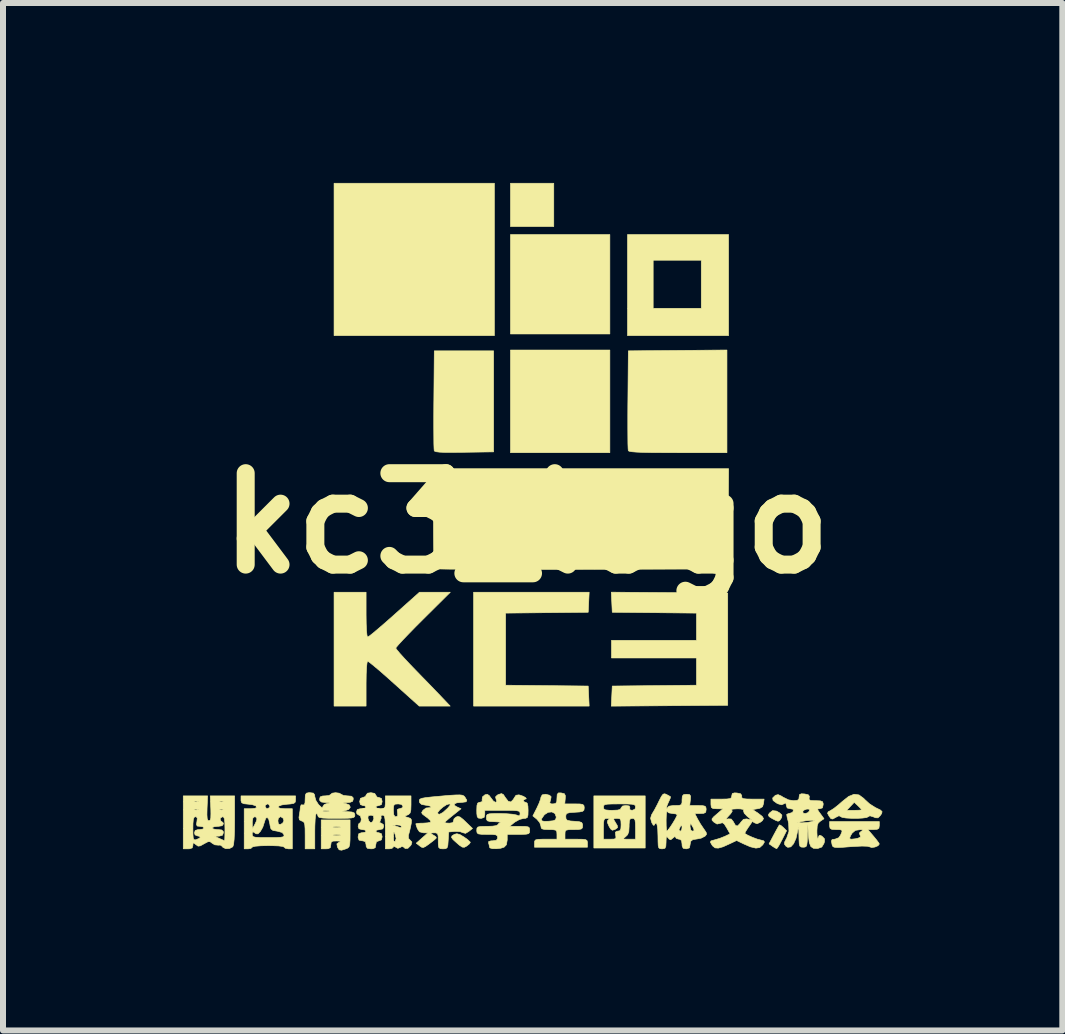
<source format=kicad_pcb>
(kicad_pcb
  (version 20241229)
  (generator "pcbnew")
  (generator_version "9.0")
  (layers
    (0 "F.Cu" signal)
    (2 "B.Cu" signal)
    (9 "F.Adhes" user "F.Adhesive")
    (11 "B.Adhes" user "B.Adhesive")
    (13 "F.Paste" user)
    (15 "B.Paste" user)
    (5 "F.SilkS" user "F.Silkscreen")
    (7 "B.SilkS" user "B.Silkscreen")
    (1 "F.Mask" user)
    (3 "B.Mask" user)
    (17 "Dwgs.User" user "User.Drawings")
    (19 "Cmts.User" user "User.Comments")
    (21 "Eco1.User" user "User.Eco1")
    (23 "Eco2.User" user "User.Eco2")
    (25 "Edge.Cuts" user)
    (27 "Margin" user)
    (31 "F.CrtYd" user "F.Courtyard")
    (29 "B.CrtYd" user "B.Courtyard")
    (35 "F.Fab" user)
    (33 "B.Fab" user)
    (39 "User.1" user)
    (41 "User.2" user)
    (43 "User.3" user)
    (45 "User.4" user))
  (footprint "kc3_logo"
    (layer "F.Cu")
    (at 5.727 5.673)
    (property "Reference" "kc3_logo" (at 0 0 0) (layer "F.SilkS") (effects (font (size 1.524 1.524) (thickness 0.3))))
    (attr through_hole)
    (fp_poly (pts (xy -0.535 -3.128) (xy -3.208 -3.128) (xy -3.208 -5.668) (xy -0.535 -5.668) (xy -0.535 -3.128)) (stroke (width 0.01) (type solid)) (fill yes) (layer "F.SilkS"))
    (fp_poly (pts (xy 0.455 -4.946) (xy -0.267 -4.946) (xy -0.267 -5.668) (xy 0.455 -5.668) (xy 0.455 -4.946)) (stroke (width 0.01) (type solid)) (fill yes) (layer "F.SilkS"))
    (fp_poly (pts (xy 1.39 -3.155) (xy -0.267 -3.155) (xy -0.267 -4.813) (xy 1.39 -4.813) (xy 1.39 -3.155)) (stroke (width 0.01) (type solid)) (fill yes) (layer "F.SilkS"))
    (fp_poly (pts (xy 1.39 -1.176) (xy -0.267 -1.176) (xy -0.267 -2.888) (xy 1.39 -2.888) (xy 1.39 -1.176)) (stroke (width 0.01) (type solid)) (fill yes) (layer "F.SilkS"))
    (fp_poly (pts (xy 1.029 1.484) (xy -0.348 1.498) (xy -0.348 2.7) (xy 0.341 2.707) (xy 1.029 2.714) (xy 1.037 2.881) (xy 1.045 3.048) (xy -0.882 3.048) (xy -0.882 1.15) (xy 1.045 1.15) (xy 1.029 1.484)) (stroke (width 0.01) (type solid)) (fill yes) (layer "F.SilkS"))
    (fp_poly (pts (xy 3.369 -3.128) (xy 1.684 -3.128) (xy 1.684 -4.385) (xy 2.112 -4.385) (xy 2.112 -3.583) (xy 2.914 -3.583) (xy 2.914 -4.385) (xy 2.112 -4.385) (xy 1.684 -4.385) (xy 1.684 -4.813) (xy 3.369 -4.813) (xy 3.369 -3.128)) (stroke (width 0.01) (type solid)) (fill yes) (layer "F.SilkS"))
    (fp_poly (pts (xy 4.167 4.798) (xy 4.218 4.827) (xy 4.258 4.864) (xy 4.255 4.901) (xy 4.244 4.921) (xy 4.219 4.958) (xy 4.193 4.968) (xy 4.151 4.952) (xy 4.099 4.925) (xy 4.045 4.891) (xy 4.032 4.863) (xy 4.049 4.833) (xy 4.102 4.791) (xy 4.167 4.798)) (stroke (width 0.01) (type solid)) (fill yes) (layer "F.SilkS"))
    (fp_poly (pts (xy 4.239 5.036) (xy 4.281 5.071) (xy 4.336 5.126) (xy 4.26 5.276) (xy 4.219 5.354) (xy 4.186 5.408) (xy 4.171 5.425) (xy 4.141 5.411) (xy 4.101 5.385) (xy 4.044 5.345) (xy 4.125 5.192) (xy 4.168 5.112) (xy 4.201 5.053) (xy 4.216 5.028) (xy 4.239 5.036)) (stroke (width 0.01) (type solid)) (fill yes) (layer "F.SilkS"))
    (fp_poly (pts (xy 3.355 1.163) (xy 3.355 3.035) (xy 1.414 3.049) (xy 1.422 2.881) (xy 1.43 2.714) (xy 2.132 2.707) (xy 2.834 2.7) (xy 2.834 2.246) (xy 1.417 2.246) (xy 1.417 1.952) (xy 2.834 1.952) (xy 2.834 1.498) (xy 2.132 1.491) (xy 1.43 1.484) (xy 1.422 1.316) (xy 1.414 1.149) (xy 3.355 1.163)) (stroke (width 0.01) (type solid)) (fill yes) (layer "F.SilkS"))
    (fp_poly (pts (xy -1.108 5.191) (xy -1.043 5.23) (xy -0.98 5.275) (xy -0.942 5.311) (xy -0.936 5.321) (xy -0.956 5.349) (xy -0.996 5.381) (xy -1.036 5.402) (xy -1.071 5.399) (xy -1.119 5.367) (xy -1.157 5.334) (xy -1.223 5.275) (xy -1.25 5.238) (xy -1.243 5.213) (xy -1.205 5.188) (xy -1.204 5.187) (xy -1.16 5.176) (xy -1.108 5.191)) (stroke (width 0.01) (type solid)) (fill yes) (layer "F.SilkS"))
    (fp_poly (pts (xy -0.548 -1.19) (xy -1.037 -1.183) (xy -1.219 -1.181) (xy -1.354 -1.181) (xy -1.447 -1.185) (xy -1.505 -1.192) (xy -1.534 -1.203) (xy -1.538 -1.21) (xy -1.541 -1.244) (xy -1.544 -1.325) (xy -1.545 -1.446) (xy -1.546 -1.6) (xy -1.546 -1.779) (xy -1.545 -1.979) (xy -1.544 -2.059) (xy -1.537 -2.874) (xy -0.548 -2.874) (xy -0.548 -1.19)) (stroke (width 0.01) (type solid)) (fill yes) (layer "F.SilkS"))
    (fp_poly (pts (xy 3.342 -1.176) (xy 2.526 -1.176) (xy 2.283 -1.177) (xy 2.09 -1.178) (xy 1.941 -1.181) (xy 1.831 -1.186) (xy 1.757 -1.192) (xy 1.714 -1.2) (xy 1.697 -1.209) (xy 1.697 -1.21) (xy 1.694 -1.244) (xy 1.691 -1.325) (xy 1.69 -1.446) (xy 1.689 -1.6) (xy 1.689 -1.779) (xy 1.69 -1.978) (xy 1.691 -2.059) (xy 1.698 -2.874) (xy 2.52 -2.881) (xy 3.342 -2.888) (xy 3.342 -1.176)) (stroke (width 0.01) (type solid)) (fill yes) (layer "F.SilkS"))
    (fp_poly (pts (xy 3.363 -0.074) (xy 3.355 0.762) (xy 0.92 0.769) (xy 0.564 0.77) (xy 0.223 0.77) (xy -0.099 0.77) (xy -0.398 0.77) (xy -0.67 0.769) (xy -0.912 0.768) (xy -1.12 0.766) (xy -1.289 0.765) (xy -1.417 0.763) (xy -1.5 0.76) (xy -1.532 0.758) (xy -1.533 0.758) (xy -1.537 0.727) (xy -1.541 0.65) (xy -1.545 0.533) (xy -1.548 0.382) (xy -1.55 0.204) (xy -1.551 0.006) (xy -1.551 -0.085) (xy -1.551 -0.909) (xy 3.37 -0.909) (xy 3.363 -0.074)) (stroke (width 0.01) (type solid)) (fill yes) (layer "F.SilkS"))
    (fp_poly (pts (xy -2.941 5.174) (xy -2.942 5.285) (xy -2.947 5.354) (xy -2.958 5.394) (xy -2.98 5.415) (xy -3.01 5.428) (xy -3.082 5.451) (xy -3.123 5.444) (xy -3.148 5.405) (xy -3.152 5.394) (xy -3.161 5.345) (xy -3.128 5.32) (xy -3.118 5.317) (xy -3.094 5.305) (xy -3.119 5.299) (xy -3.162 5.297) (xy -3.228 5.299) (xy -3.256 5.317) (xy -3.262 5.361) (xy -3.271 5.409) (xy -3.307 5.426) (xy -3.342 5.428) (xy -3.422 5.428) (xy -3.422 5.202) (xy -3.23 5.202) (xy -3.197 5.206) (xy -3.168 5.207) (xy -3.113 5.205) (xy -3.099 5.199) (xy -3.108 5.195) (xy -3.172 5.19) (xy -3.215 5.195) (xy -3.23 5.202) (xy -3.422 5.202) (xy -3.422 5.068) (xy -3.23 5.068) (xy -3.197 5.073) (xy -3.168 5.073) (xy -3.113 5.071) (xy -3.099 5.065) (xy -3.108 5.062) (xy -3.172 5.057) (xy -3.215 5.061) (xy -3.23 5.068) (xy -3.422 5.068) (xy -3.422 4.946) (xy -2.941 4.946) (xy -2.941 5.174)) (stroke (width 0.01) (type solid)) (fill yes) (layer "F.SilkS"))
    (fp_poly (pts (xy 5.543 4.529) (xy 5.622 4.587) (xy 5.641 4.607) (xy 5.719 4.678) (xy 5.811 4.737) (xy 5.827 4.745) (xy 5.899 4.78) (xy 5.928 4.807) (xy 5.921 4.84) (xy 5.895 4.877) (xy 5.86 4.911) (xy 5.819 4.91) (xy 5.783 4.895) (xy 5.724 4.877) (xy 5.7 4.891) (xy 5.67 4.906) (xy 5.602 4.915) (xy 5.512 4.92) (xy 5.415 4.919) (xy 5.326 4.914) (xy 5.261 4.903) (xy 5.235 4.889) (xy 5.21 4.876) (xy 5.156 4.903) (xy 5.106 4.931) (xy 5.076 4.925) (xy 5.045 4.884) (xy 5.019 4.836) (xy 5.03 4.81) (xy 5.069 4.79) (xy 5.075 4.786) (xy 5.338 4.786) (xy 5.463 4.786) (xy 5.536 4.784) (xy 5.581 4.78) (xy 5.588 4.777) (xy 5.571 4.755) (xy 5.529 4.713) (xy 5.526 4.71) (xy 5.464 4.652) (xy 5.338 4.786) (xy 5.075 4.786) (xy 5.124 4.755) (xy 5.198 4.697) (xy 5.264 4.639) (xy 5.371 4.554) (xy 5.461 4.518) (xy 5.543 4.529)) (stroke (width 0.01) (type solid)) (fill yes) (layer "F.SilkS"))
    (fp_poly (pts (xy -2.674 1.524) (xy -2.672 1.674) (xy -2.667 1.791) (xy -2.659 1.868) (xy -2.649 1.898) (xy -2.648 1.898) (xy -2.621 1.881) (xy -2.561 1.834) (xy -2.473 1.76) (xy -2.365 1.667) (xy -2.242 1.559) (xy -2.203 1.524) (xy -1.784 1.15) (xy -1.527 1.15) (xy -1.27 1.15) (xy -1.725 1.602) (xy -1.852 1.729) (xy -1.965 1.845) (xy -2.06 1.944) (xy -2.13 2.02) (xy -2.171 2.068) (xy -2.179 2.082) (xy -2.161 2.109) (xy -2.112 2.168) (xy -2.037 2.251) (xy -1.943 2.351) (xy -1.858 2.439) (xy -1.741 2.56) (xy -1.625 2.679) (xy -1.521 2.787) (xy -1.439 2.872) (xy -1.405 2.908) (xy -1.272 3.048) (xy -1.789 3.048) (xy -2.205 2.674) (xy -2.33 2.562) (xy -2.443 2.463) (xy -2.537 2.384) (xy -2.606 2.328) (xy -2.643 2.301) (xy -2.647 2.299) (xy -2.658 2.325) (xy -2.666 2.399) (xy -2.672 2.516) (xy -2.674 2.671) (xy -2.674 3.048) (xy -3.208 3.048) (xy -3.208 1.15) (xy -2.674 1.15) (xy -2.674 1.524)) (stroke (width 0.01) (type solid)) (fill yes) (layer "F.SilkS"))
    (fp_poly (pts (xy 5.882 5.04) (xy 5.875 5.085) (xy 5.845 5.103) (xy 5.786 5.107) (xy 5.691 5.107) (xy 5.786 5.218) (xy 5.839 5.283) (xy 5.874 5.331) (xy 5.882 5.348) (xy 5.86 5.376) (xy 5.809 5.398) (xy 5.755 5.406) (xy 5.728 5.397) (xy 5.686 5.385) (xy 5.593 5.382) (xy 5.453 5.389) (xy 5.405 5.392) (xy 5.276 5.402) (xy 5.191 5.406) (xy 5.14 5.403) (xy 5.112 5.393) (xy 5.099 5.375) (xy 5.095 5.361) (xy 5.083 5.299) (xy 5.095 5.273) (xy 5.14 5.267) (xy 5.143 5.267) (xy 5.184 5.251) (xy 5.386 5.251) (xy 5.402 5.266) (xy 5.42 5.267) (xy 5.485 5.26) (xy 5.528 5.25) (xy 5.569 5.231) (xy 5.563 5.202) (xy 5.56 5.199) (xy 5.549 5.164) (xy 5.58 5.136) (xy 5.609 5.116) (xy 5.592 5.109) (xy 5.561 5.108) (xy 5.483 5.12) (xy 5.429 5.166) (xy 5.404 5.207) (xy 5.386 5.251) (xy 5.184 5.251) (xy 5.206 5.243) (xy 5.236 5.199) (xy 5.26 5.142) (xy 5.256 5.115) (xy 5.215 5.107) (xy 5.16 5.107) (xy 5.091 5.103) (xy 5.061 5.086) (xy 5.053 5.046) (xy 5.053 5.04) (xy 5.053 4.973) (xy 5.882 4.973) (xy 5.882 5.04)) (stroke (width 0.01) (type solid)) (fill yes) (layer "F.SilkS"))
    (fp_poly (pts (xy 1.979 5.414) (xy 1.123 5.414) (xy 1.123 5.093) (xy 1.283 5.093) (xy 1.283 5.267) (xy 1.393 5.267) (xy 1.462 5.265) (xy 1.489 5.252) (xy 1.618 5.252) (xy 1.62 5.264) (xy 1.665 5.267) (xy 1.705 5.267) (xy 1.818 5.267) (xy 1.818 5.093) (xy 1.816 4.999) (xy 1.809 4.947) (xy 1.792 4.924) (xy 1.765 4.92) (xy 1.732 4.927) (xy 1.716 4.957) (xy 1.711 5.023) (xy 1.711 5.052) (xy 1.706 5.14) (xy 1.686 5.193) (xy 1.652 5.226) (xy 1.618 5.252) (xy 1.489 5.252) (xy 1.49 5.251) (xy 1.49 5.217) (xy 1.486 5.2) (xy 1.481 5.151) (xy 1.508 5.134) (xy 1.523 5.133) (xy 1.559 5.125) (xy 1.574 5.089) (xy 1.577 5.027) (xy 1.574 4.958) (xy 1.557 4.927) (xy 1.516 4.92) (xy 1.508 4.92) (xy 1.46 4.923) (xy 1.455 4.942) (xy 1.481 4.985) (xy 1.515 5.042) (xy 1.518 5.074) (xy 1.487 5.098) (xy 1.471 5.106) (xy 1.432 5.118) (xy 1.402 5.096) (xy 1.375 5.05) (xy 1.349 4.99) (xy 1.352 4.957) (xy 1.368 4.943) (xy 1.382 4.926) (xy 1.346 4.92) (xy 1.344 4.92) (xy 1.311 4.924) (xy 1.293 4.944) (xy 1.285 4.992) (xy 1.283 5.079) (xy 1.283 5.093) (xy 1.123 5.093) (xy 1.123 4.732) (xy 1.283 4.732) (xy 1.29 4.763) (xy 1.317 4.779) (xy 1.379 4.785) (xy 1.43 4.786) (xy 1.519 4.782) (xy 1.565 4.77) (xy 1.577 4.746) (xy 1.601 4.714) (xy 1.657 4.706) (xy 1.712 4.713) (xy 1.724 4.737) (xy 1.721 4.746) (xy 1.725 4.778) (xy 1.762 4.786) (xy 1.808 4.768) (xy 1.818 4.732) (xy 1.814 4.708) (xy 1.797 4.693) (xy 1.756 4.684) (xy 1.682 4.68) (xy 1.565 4.679) (xy 1.551 4.679) (xy 1.429 4.68) (xy 1.351 4.683) (xy 1.307 4.691) (xy 1.288 4.706) (xy 1.283 4.73) (xy 1.283 4.732) (xy 1.123 4.732) (xy 1.123 4.545) (xy 1.979 4.545) (xy 1.979 5.414)) (stroke (width 0.01) (type solid)) (fill yes) (layer "F.SilkS"))
    (fp_poly (pts (xy 0.579 4.496) (xy 0.582 4.497) (xy 0.632 4.509) (xy 0.648 4.541) (xy 0.646 4.592) (xy 0.638 4.679) (xy 0.8 4.679) (xy 0.89 4.68) (xy 0.938 4.688) (xy 0.958 4.707) (xy 0.963 4.742) (xy 0.963 4.744) (xy 0.958 4.782) (xy 0.937 4.802) (xy 0.886 4.813) (xy 0.809 4.818) (xy 0.722 4.824) (xy 0.676 4.836) (xy 0.658 4.858) (xy 0.655 4.893) (xy 0.66 4.932) (xy 0.682 4.953) (xy 0.736 4.964) (xy 0.795 4.968) (xy 0.877 4.975) (xy 0.919 4.988) (xy 0.934 5.015) (xy 0.936 5.041) (xy 0.932 5.079) (xy 0.911 5.098) (xy 0.861 5.106) (xy 0.789 5.107) (xy 0.705 5.108) (xy 0.661 5.117) (xy 0.644 5.14) (xy 0.642 5.186) (xy 0.642 5.187) (xy 0.642 5.267) (xy 0.829 5.267) (xy 0.927 5.268) (xy 0.983 5.274) (xy 1.008 5.288) (xy 1.016 5.316) (xy 1.016 5.334) (xy 1.016 5.401) (xy 0.134 5.401) (xy 0.134 5.334) (xy 0.136 5.299) (xy 0.152 5.279) (xy 0.193 5.27) (xy 0.271 5.267) (xy 0.321 5.267) (xy 0.508 5.267) (xy 0.508 5.187) (xy 0.505 5.139) (xy 0.487 5.116) (xy 0.44 5.108) (xy 0.374 5.107) (xy 0.295 5.104) (xy 0.255 5.093) (xy 0.242 5.066) (xy 0.241 5.048) (xy 0.221 4.99) (xy 0.173 4.934) (xy 0.166 4.928) (xy 0.251 4.928) (xy 0.251 4.959) (xy 0.295 4.97) (xy 0.368 4.968) (xy 0.445 4.96) (xy 0.482 4.944) (xy 0.494 4.913) (xy 0.495 4.893) (xy 0.474 4.839) (xy 0.424 4.813) (xy 0.361 4.819) (xy 0.301 4.857) (xy 0.29 4.871) (xy 0.251 4.928) (xy 0.166 4.928) (xy 0.106 4.879) (xy 0.173 4.748) (xy 0.211 4.665) (xy 0.236 4.596) (xy 0.241 4.567) (xy 0.262 4.528) (xy 0.318 4.518) (xy 0.384 4.534) (xy 0.411 4.559) (xy 0.402 4.61) (xy 0.4 4.614) (xy 0.388 4.662) (xy 0.412 4.678) (xy 0.442 4.679) (xy 0.486 4.672) (xy 0.505 4.641) (xy 0.508 4.584) (xy 0.512 4.521) (xy 0.532 4.496) (xy 0.579 4.496)) (stroke (width 0.01) (type solid)) (fill yes) (layer "F.SilkS"))
    (fp_poly (pts (xy -3.122 4.5) (xy -3.088 4.519) (xy -3.053 4.537) (xy -2.988 4.545) (xy -2.98 4.545) (xy -2.916 4.551) (xy -2.89 4.576) (xy -2.888 4.599) (xy -2.898 4.635) (xy -2.939 4.652) (xy -2.988 4.656) (xy -3.045 4.66) (xy -3.051 4.665) (xy -3.015 4.671) (xy -2.954 4.696) (xy -2.937 4.734) (xy -2.963 4.771) (xy -3.028 4.793) (xy -3.068 4.8) (xy -3.06 4.804) (xy -3.001 4.808) (xy -2.988 4.808) (xy -2.91 4.814) (xy -2.872 4.829) (xy -2.861 4.86) (xy -2.861 4.866) (xy -2.864 4.889) (xy -2.88 4.904) (xy -2.917 4.913) (xy -2.985 4.918) (xy -3.093 4.919) (xy -3.168 4.92) (xy -3.303 4.919) (xy -3.393 4.915) (xy -3.446 4.907) (xy -3.471 4.894) (xy -3.476 4.879) (xy -3.49 4.844) (xy -3.503 4.839) (xy -3.515 4.865) (xy -3.523 4.937) (xy -3.528 5.049) (xy -3.529 5.133) (xy -3.529 5.428) (xy -3.69 5.428) (xy -3.69 5.203) (xy -3.691 5.093) (xy -3.696 5.025) (xy -3.708 4.988) (xy -3.729 4.97) (xy -3.747 4.964) (xy -3.785 4.945) (xy -3.793 4.906) (xy -3.787 4.864) (xy -3.777 4.802) (xy -3.397 4.802) (xy -3.36 4.806) (xy -3.342 4.806) (xy -3.293 4.804) (xy -3.288 4.797) (xy -3.295 4.794) (xy -3.363 4.79) (xy -3.389 4.794) (xy -3.397 4.802) (xy -3.777 4.802) (xy -3.775 4.788) (xy -3.77 4.73) (xy -3.756 4.694) (xy -3.73 4.696) (xy -3.704 4.695) (xy -3.692 4.658) (xy -3.69 4.602) (xy -3.687 4.532) (xy -3.67 4.5) (xy -3.63 4.492) (xy -3.609 4.492) (xy -3.552 4.499) (xy -3.531 4.53) (xy -3.529 4.557) (xy -3.511 4.621) (xy -3.468 4.688) (xy -3.462 4.695) (xy -3.417 4.737) (xy -3.397 4.737) (xy -3.396 4.725) (xy -3.371 4.688) (xy -3.322 4.671) (xy -3.284 4.664) (xy -3.295 4.659) (xy -3.349 4.656) (xy -3.417 4.648) (xy -3.445 4.625) (xy -3.449 4.599) (xy -3.439 4.562) (xy -3.398 4.547) (xy -3.355 4.545) (xy -3.294 4.539) (xy -3.263 4.522) (xy -3.262 4.519) (xy -3.239 4.5) (xy -3.183 4.492) (xy -3.122 4.5)) (stroke (width 0.01) (type solid)) (fill yes) (layer "F.SilkS"))
    (fp_poly (pts (xy -3.85 4.611) (xy -3.855 4.649) (xy -3.879 4.67) (xy -3.935 4.68) (xy -3.988 4.684) (xy -4.079 4.696) (xy -4.131 4.716) (xy -4.14 4.737) (xy -4.104 4.753) (xy -4.026 4.759) (xy -3.904 4.759) (xy -3.904 5.428) (xy -3.97 5.428) (xy -4.021 5.418) (xy -4.037 5.401) (xy -4.063 5.388) (xy -4.134 5.379) (xy -4.243 5.375) (xy -4.305 5.374) (xy -4.429 5.377) (xy -4.519 5.384) (xy -4.566 5.395) (xy -4.572 5.401) (xy -4.595 5.421) (xy -4.639 5.428) (xy -4.706 5.428) (xy -4.706 5.184) (xy -4.572 5.184) (xy -4.569 5.209) (xy -4.554 5.226) (xy -4.516 5.235) (xy -4.446 5.239) (xy -4.336 5.24) (xy -4.303 5.24) (xy -4.18 5.24) (xy -4.102 5.236) (xy -4.059 5.228) (xy -4.043 5.214) (xy -4.042 5.194) (xy -4.072 5.156) (xy -4.148 5.135) (xy -4.158 5.133) (xy -4.227 5.121) (xy -4.26 5.095) (xy -4.275 5.038) (xy -4.278 5.015) (xy -4.291 4.96) (xy -4.144 4.96) (xy -4.136 5.014) (xy -4.105 5.022) (xy -4.067 5.002) (xy -4.044 4.963) (xy -4.056 4.919) (xy -4.095 4.893) (xy -4.103 4.893) (xy -4.136 4.916) (xy -4.144 4.96) (xy -4.291 4.96) (xy -4.296 4.936) (xy -4.322 4.904) (xy -4.348 4.919) (xy -4.369 4.983) (xy -4.396 5.067) (xy -4.436 5.137) (xy -4.436 5.137) (xy -4.476 5.178) (xy -4.508 5.177) (xy -4.529 5.163) (xy -4.562 5.142) (xy -4.572 5.167) (xy -4.572 5.184) (xy -4.706 5.184) (xy -4.706 4.993) (xy -4.571 4.993) (xy -4.57 5.093) (xy -4.532 5.027) (xy -4.503 4.966) (xy -4.493 4.926) (xy -4.513 4.897) (xy -4.532 4.893) (xy -4.56 4.911) (xy -4.571 4.971) (xy -4.571 4.993) (xy -4.706 4.993) (xy -4.706 4.759) (xy -4.597 4.759) (xy -4.523 4.752) (xy -4.496 4.733) (xy -4.507 4.719) (xy -4.358 4.719) (xy -4.337 4.754) (xy -4.318 4.759) (xy -4.283 4.738) (xy -4.278 4.719) (xy -4.299 4.684) (xy -4.318 4.679) (xy -4.353 4.7) (xy -4.358 4.719) (xy -4.507 4.719) (xy -4.513 4.711) (xy -4.57 4.692) (xy -4.634 4.684) (xy -4.711 4.676) (xy -4.747 4.66) (xy -4.759 4.627) (xy -4.759 4.611) (xy -4.759 4.545) (xy -3.85 4.545) (xy -3.85 4.611)) (stroke (width 0.01) (type solid)) (fill yes) (layer "F.SilkS"))
    (fp_poly (pts (xy 3.509 4.497) (xy 3.57 4.51) (xy 3.589 4.54) (xy 3.588 4.552) (xy 3.59 4.576) (xy 3.614 4.591) (xy 3.67 4.597) (xy 3.769 4.599) (xy 3.77 4.599) (xy 3.961 4.599) (xy 3.952 4.672) (xy 3.935 4.726) (xy 3.891 4.752) (xy 3.857 4.759) (xy 3.77 4.773) (xy 3.864 4.836) (xy 3.93 4.887) (xy 3.952 4.923) (xy 3.933 4.958) (xy 3.899 4.984) (xy 3.844 5.01) (xy 3.804 4.995) (xy 3.771 4.975) (xy 3.762 4.976) (xy 3.745 5.002) (xy 3.708 5.056) (xy 3.694 5.075) (xy 3.657 5.133) (xy 3.64 5.168) (xy 3.641 5.172) (xy 3.689 5.201) (xy 3.765 5.235) (xy 3.847 5.266) (xy 3.897 5.279) (xy 3.954 5.294) (xy 3.967 5.314) (xy 3.943 5.355) (xy 3.937 5.363) (xy 3.889 5.406) (xy 3.824 5.416) (xy 3.732 5.394) (xy 3.617 5.344) (xy 3.503 5.289) (xy 3.389 5.343) (xy 3.276 5.394) (xy 3.197 5.416) (xy 3.144 5.412) (xy 3.105 5.381) (xy 3.093 5.365) (xy 3.066 5.318) (xy 3.075 5.296) (xy 3.127 5.281) (xy 3.135 5.279) (xy 3.223 5.253) (xy 3.308 5.219) (xy 3.394 5.178) (xy 3.337 5.077) (xy 3.298 5.015) (xy 3.267 4.993) (xy 3.231 5.002) (xy 3.229 5.003) (xy 3.177 5.015) (xy 3.125 4.983) (xy 3.125 4.983) (xy 3.095 4.953) (xy 3.093 4.933) (xy 3.331 4.933) (xy 3.357 4.93) (xy 3.365 4.928) (xy 3.414 4.931) (xy 3.45 4.977) (xy 3.453 4.984) (xy 3.486 5.04) (xy 3.52 5.046) (xy 3.562 5.002) (xy 3.573 4.985) (xy 3.617 4.936) (xy 3.67 4.929) (xy 3.687 4.932) (xy 3.757 4.949) (xy 3.679 4.885) (xy 3.63 4.834) (xy 3.618 4.795) (xy 3.62 4.79) (xy 3.615 4.771) (xy 3.565 4.762) (xy 3.511 4.761) (xy 3.444 4.765) (xy 3.414 4.772) (xy 3.418 4.778) (xy 3.431 4.799) (xy 3.405 4.841) (xy 3.381 4.867) (xy 3.338 4.915) (xy 3.331 4.933) (xy 3.093 4.933) (xy 3.093 4.928) (xy 3.122 4.893) (xy 3.174 4.848) (xy 3.275 4.761) (xy 3.175 4.76) (xy 3.109 4.756) (xy 3.081 4.736) (xy 3.075 4.687) (xy 3.075 4.679) (xy 3.075 4.599) (xy 3.249 4.599) (xy 3.342 4.597) (xy 3.395 4.59) (xy 3.417 4.573) (xy 3.422 4.544) (xy 3.431 4.506) (xy 3.468 4.495) (xy 3.509 4.497)) (stroke (width 0.01) (type solid)) (fill yes) (layer "F.SilkS"))
    (fp_poly (pts (xy -1.07 4.534) (xy -1.044 4.546) (xy -1.027 4.564) (xy -0.995 4.617) (xy -1.006 4.644) (xy -1.064 4.652) (xy -1.076 4.653) (xy -1.16 4.66) (xy -1.202 4.679) (xy -1.198 4.705) (xy -1.161 4.728) (xy -1.091 4.76) (xy -1.227 4.869) (xy -1.297 4.926) (xy -1.346 4.969) (xy -1.364 4.989) (xy -1.34 4.997) (xy -1.284 5) (xy -1.284 5) (xy -1.227 4.991) (xy -1.218 4.966) (xy -1.208 4.928) (xy -1.179 4.901) (xy -1.145 4.887) (xy -1.108 4.897) (xy -1.057 4.937) (xy -1.014 4.978) (xy -0.9 5.088) (xy -0.962 5.138) (xy -1.016 5.17) (xy -1.056 5.16) (xy -1.058 5.159) (xy -1.106 5.142) (xy -1.179 5.138) (xy -1.195 5.138) (xy -1.297 5.147) (xy -1.305 5.287) (xy -1.311 5.369) (xy -1.324 5.411) (xy -1.351 5.426) (xy -1.392 5.428) (xy -1.438 5.425) (xy -1.462 5.406) (xy -1.47 5.359) (xy -1.471 5.294) (xy -1.472 5.215) (xy -1.483 5.175) (xy -1.51 5.162) (xy -1.544 5.161) (xy -1.593 5.164) (xy -1.593 5.174) (xy -1.564 5.192) (xy -1.512 5.224) (xy -1.502 5.246) (xy -1.53 5.274) (xy -1.539 5.281) (xy -1.627 5.349) (xy -1.684 5.389) (xy -1.72 5.406) (xy -1.746 5.402) (xy -1.774 5.384) (xy -1.781 5.378) (xy -1.838 5.334) (xy -1.741 5.248) (xy -1.644 5.162) (xy -1.719 5.161) (xy -1.784 5.144) (xy -1.819 5.092) (xy -1.838 5.037) (xy -1.845 5.011) (xy -1.821 5.004) (xy -1.761 5) (xy -1.726 5) (xy -1.651 4.995) (xy -1.603 4.985) (xy -1.594 4.979) (xy -1.606 4.953) (xy -1.651 4.911) (xy -1.674 4.895) (xy -1.73 4.853) (xy -1.738 4.842) (xy -1.482 4.842) (xy -1.449 4.852) (xy -1.392 4.821) (xy -1.319 4.755) (xy -1.312 4.748) (xy -1.274 4.702) (xy -1.273 4.682) (xy -1.29 4.679) (xy -1.336 4.694) (xy -1.393 4.732) (xy -1.446 4.778) (xy -1.479 4.82) (xy -1.482 4.842) (xy -1.738 4.842) (xy -1.748 4.825) (xy -1.733 4.796) (xy -1.72 4.781) (xy -1.674 4.747) (xy -1.64 4.744) (xy -1.6 4.741) (xy -1.591 4.733) (xy -1.605 4.716) (xy -1.657 4.703) (xy -1.677 4.701) (xy -1.748 4.688) (xy -1.78 4.659) (xy -1.786 4.637) (xy -1.786 4.614) (xy -1.774 4.598) (xy -1.741 4.585) (xy -1.68 4.574) (xy -1.582 4.563) (xy -1.44 4.55) (xy -1.429 4.549) (xy -1.282 4.536) (xy -1.179 4.53) (xy -1.111 4.529) (xy -1.07 4.534)) (stroke (width 0.01) (type solid)) (fill yes) (layer "F.SilkS"))
    (fp_poly (pts (xy 4.636 4.513) (xy 4.697 4.526) (xy 4.716 4.551) (xy 4.713 4.575) (xy 4.711 4.606) (xy 4.736 4.621) (xy 4.799 4.625) (xy 4.823 4.625) (xy 4.898 4.628) (xy 4.935 4.641) (xy 4.946 4.672) (xy 4.946 4.692) (xy 4.934 4.745) (xy 4.892 4.759) (xy 4.859 4.762) (xy 4.855 4.778) (xy 4.882 4.82) (xy 4.899 4.842) (xy 4.96 4.926) (xy 4.9 4.966) (xy 4.864 4.998) (xy 4.847 5.044) (xy 4.842 5.12) (xy 4.842 5.157) (xy 4.846 5.234) (xy 4.853 5.262) (xy 4.862 5.246) (xy 4.88 5.204) (xy 4.908 5.207) (xy 4.932 5.223) (xy 4.968 5.261) (xy 4.968 5.309) (xy 4.959 5.338) (xy 4.923 5.398) (xy 4.859 5.421) (xy 4.85 5.422) (xy 4.784 5.419) (xy 4.741 5.39) (xy 4.715 5.325) (xy 4.701 5.217) (xy 4.699 5.186) (xy 4.689 5.013) (xy 4.684 5.207) (xy 4.68 5.307) (xy 4.673 5.365) (xy 4.659 5.392) (xy 4.632 5.4) (xy 4.612 5.401) (xy 4.578 5.398) (xy 4.557 5.382) (xy 4.547 5.342) (xy 4.543 5.265) (xy 4.542 5.207) (xy 4.539 5.112) (xy 4.536 5.067) (xy 4.532 5.069) (xy 4.524 5.112) (xy 4.52 5.133) (xy 4.493 5.254) (xy 4.453 5.343) (xy 4.406 5.395) (xy 4.356 5.403) (xy 4.326 5.384) (xy 4.301 5.351) (xy 4.303 5.316) (xy 4.332 5.258) (xy 4.337 5.251) (xy 4.376 5.137) (xy 4.37 4.999) (xy 4.369 4.993) (xy 4.505 4.993) (xy 4.599 4.994) (xy 4.685 4.988) (xy 4.759 4.973) (xy 4.802 4.958) (xy 4.797 4.953) (xy 4.746 4.952) (xy 4.657 4.96) (xy 4.585 4.973) (xy 4.505 4.993) (xy 4.369 4.993) (xy 4.345 4.9) (xy 4.338 4.854) (xy 4.367 4.84) (xy 4.379 4.839) (xy 4.43 4.822) (xy 4.443 4.806) (xy 4.605 4.806) (xy 4.614 4.833) (xy 4.649 4.839) (xy 4.691 4.825) (xy 4.716 4.797) (xy 4.716 4.767) (xy 4.675 4.764) (xy 4.674 4.764) (xy 4.623 4.784) (xy 4.605 4.806) (xy 4.443 4.806) (xy 4.448 4.799) (xy 4.445 4.768) (xy 4.397 4.759) (xy 4.346 4.747) (xy 4.331 4.703) (xy 4.331 4.702) (xy 4.325 4.664) (xy 4.3 4.672) (xy 4.293 4.677) (xy 4.254 4.694) (xy 4.199 4.679) (xy 4.171 4.666) (xy 4.111 4.622) (xy 4.104 4.58) (xy 4.149 4.536) (xy 4.151 4.535) (xy 4.195 4.524) (xy 4.251 4.549) (xy 4.276 4.566) (xy 4.37 4.612) (xy 4.451 4.625) (xy 4.515 4.62) (xy 4.541 4.598) (xy 4.545 4.564) (xy 4.552 4.523) (xy 4.583 4.51) (xy 4.636 4.513)) (stroke (width 0.01) (type solid)) (fill yes) (layer "F.SilkS"))
    (fp_poly (pts (xy -0.385 4.523) (xy -0.353 4.572) (xy -0.304 4.636) (xy -0.259 4.646) (xy -0.218 4.603) (xy -0.208 4.584) (xy -0.175 4.535) (xy -0.128 4.528) (xy -0.109 4.532) (xy -0.052 4.552) (xy -0.013 4.576) (xy -0.003 4.594) (xy -0.021 4.599) (xy -0.051 4.616) (xy -0.053 4.625) (xy -0.032 4.649) (xy -0.013 4.652) (xy 0.012 4.667) (xy 0.024 4.716) (xy 0.027 4.786) (xy 0.025 4.865) (xy 0.014 4.905) (xy -0.014 4.919) (xy -0.047 4.921) (xy -0.116 4.938) (xy -0.191 4.98) (xy -0.201 4.987) (xy -0.281 5.053) (xy -0.114 5.053) (xy -0.022 5.054) (xy 0.028 5.062) (xy 0.049 5.08) (xy 0.053 5.113) (xy 0.053 5.12) (xy 0.051 5.155) (xy 0.035 5.175) (xy -0.006 5.184) (xy -0.084 5.187) (xy -0.134 5.187) (xy -0.321 5.187) (xy -0.321 5.28) (xy -0.335 5.36) (xy -0.373 5.4) (xy -0.429 5.418) (xy -0.499 5.426) (xy -0.566 5.425) (xy -0.608 5.413) (xy -0.615 5.403) (xy -0.624 5.358) (xy -0.631 5.336) (xy -0.631 5.306) (xy -0.592 5.295) (xy -0.564 5.294) (xy -0.504 5.286) (xy -0.482 5.257) (xy -0.481 5.24) (xy -0.487 5.211) (xy -0.511 5.195) (xy -0.565 5.188) (xy -0.655 5.187) (xy -0.748 5.186) (xy -0.801 5.179) (xy -0.823 5.162) (xy -0.829 5.131) (xy -0.829 5.12) (xy -0.826 5.084) (xy -0.809 5.064) (xy -0.765 5.055) (xy -0.683 5.053) (xy -0.655 5.053) (xy -0.567 5.05) (xy -0.504 5.041) (xy -0.481 5.028) (xy -0.459 5.002) (xy -0.434 4.991) (xy -0.432 4.984) (xy -0.473 4.979) (xy -0.528 4.976) (xy -0.61 4.972) (xy -0.652 4.961) (xy -0.667 4.936) (xy -0.668 4.906) (xy -0.666 4.874) (xy -0.653 4.854) (xy -0.618 4.844) (xy -0.551 4.84) (xy -0.441 4.839) (xy -0.439 4.839) (xy -0.328 4.843) (xy -0.233 4.851) (xy -0.169 4.863) (xy -0.159 4.867) (xy -0.119 4.88) (xy -0.107 4.853) (xy -0.107 4.84) (xy -0.11 4.817) (xy -0.126 4.801) (xy -0.163 4.792) (xy -0.232 4.787) (xy -0.341 4.786) (xy -0.401 4.786) (xy -0.695 4.786) (xy -0.695 4.853) (xy -0.706 4.904) (xy -0.75 4.919) (xy -0.762 4.92) (xy -0.802 4.915) (xy -0.821 4.893) (xy -0.828 4.84) (xy -0.829 4.786) (xy -0.826 4.706) (xy -0.814 4.666) (xy -0.788 4.653) (xy -0.776 4.652) (xy -0.738 4.64) (xy -0.74 4.609) (xy -0.734 4.562) (xy -0.692 4.527) (xy -0.653 4.519) (xy -0.621 4.54) (xy -0.588 4.585) (xy -0.55 4.634) (xy -0.516 4.652) (xy -0.493 4.64) (xy -0.506 4.603) (xy -0.516 4.562) (xy -0.486 4.532) (xy -0.466 4.522) (xy -0.417 4.507) (xy -0.385 4.523)) (stroke (width 0.01) (type solid)) (fill yes) (layer "F.SilkS"))
    (fp_poly (pts (xy 2.335 4.522) (xy 2.383 4.548) (xy 2.402 4.56) (xy 2.396 4.586) (xy 2.372 4.64) (xy 2.366 4.652) (xy 2.341 4.712) (xy 2.336 4.75) (xy 2.338 4.753) (xy 2.352 4.748) (xy 2.353 4.737) (xy 2.378 4.716) (xy 2.446 4.706) (xy 2.473 4.706) (xy 2.547 4.704) (xy 2.582 4.69) (xy 2.593 4.654) (xy 2.593 4.612) (xy 2.598 4.549) (xy 2.621 4.523) (xy 2.668 4.519) (xy 2.718 4.523) (xy 2.736 4.548) (xy 2.733 4.609) (xy 2.732 4.612) (xy 2.721 4.706) (xy 2.858 4.706) (xy 2.938 4.708) (xy 2.979 4.718) (xy 2.993 4.744) (xy 2.995 4.773) (xy 2.988 4.818) (xy 2.956 4.836) (xy 2.9 4.839) (xy 2.806 4.839) (xy 2.85 4.926) (xy 2.898 5.01) (xy 2.954 5.093) (xy 2.957 5.097) (xy 2.995 5.153) (xy 3.002 5.185) (xy 2.981 5.213) (xy 2.973 5.219) (xy 2.912 5.25) (xy 2.852 5.262) (xy 2.774 5.274) (xy 2.737 5.303) (xy 2.727 5.359) (xy 2.727 5.362) (xy 2.716 5.412) (xy 2.671 5.427) (xy 2.66 5.428) (xy 2.613 5.419) (xy 2.595 5.382) (xy 2.593 5.347) (xy 2.585 5.289) (xy 2.554 5.268) (xy 2.54 5.267) (xy 2.497 5.254) (xy 2.487 5.235) (xy 2.473 5.223) (xy 2.442 5.247) (xy 2.405 5.277) (xy 2.379 5.266) (xy 2.362 5.246) (xy 2.341 5.224) (xy 2.33 5.239) (xy 2.327 5.298) (xy 2.327 5.314) (xy 2.323 5.386) (xy 2.308 5.419) (xy 2.271 5.427) (xy 2.259 5.428) (xy 2.226 5.425) (xy 2.206 5.411) (xy 2.196 5.374) (xy 2.193 5.304) (xy 2.192 5.214) (xy 2.188 5.101) (xy 2.177 5.027) (xy 2.161 4.996) (xy 2.14 5.013) (xy 2.131 5.033) (xy 2.115 5.035) (xy 2.091 4.996) (xy 2.087 4.986) (xy 2.078 4.953) (xy 2.328 4.953) (xy 2.329 5.043) (xy 2.333 5.108) (xy 2.34 5.133) (xy 2.34 5.133) (xy 2.361 5.113) (xy 2.364 5.109) (xy 2.542 5.109) (xy 2.558 5.133) (xy 2.567 5.133) (xy 2.587 5.111) (xy 2.593 5.073) (xy 2.592 5.062) (xy 2.727 5.062) (xy 2.741 5.12) (xy 2.768 5.133) (xy 2.795 5.125) (xy 2.787 5.092) (xy 2.778 5.073) (xy 2.746 5.017) (xy 2.732 5.007) (xy 2.727 5.043) (xy 2.727 5.062) (xy 2.592 5.062) (xy 2.589 5.034) (xy 2.573 5.044) (xy 2.567 5.053) (xy 2.542 5.109) (xy 2.364 5.109) (xy 2.4 5.06) (xy 2.434 5.008) (xy 2.478 4.935) (xy 2.506 4.88) (xy 2.513 4.861) (xy 2.49 4.846) (xy 2.435 4.839) (xy 2.375 4.829) (xy 2.344 4.806) (xy 2.337 4.813) (xy 2.331 4.863) (xy 2.328 4.945) (xy 2.328 4.953) (xy 2.078 4.953) (xy 2.069 4.919) (xy 2.084 4.864) (xy 2.098 4.839) (xy 2.135 4.777) (xy 2.181 4.69) (xy 2.209 4.632) (xy 2.249 4.554) (xy 2.277 4.517) (xy 2.305 4.51) (xy 2.335 4.522)) (stroke (width 0.01) (type solid)) (fill yes) (layer "F.SilkS"))
    (fp_poly (pts (xy -5.325 4.752) (xy -5.327 4.86) (xy -5.323 4.923) (xy -5.311 4.953) (xy -5.294 4.96) (xy -5.274 4.95) (xy -5.263 4.915) (xy -5.261 4.844) (xy -5.262 4.778) (xy -5.117 4.778) (xy -5.08 4.782) (xy -5.042 4.777) (xy -5.047 4.768) (xy -5.101 4.765) (xy -5.113 4.768) (xy -5.117 4.778) (xy -5.262 4.778) (xy -5.263 4.752) (xy -5.268 4.644) (xy -5.117 4.644) (xy -5.08 4.648) (xy -5.042 4.644) (xy -5.047 4.635) (xy -5.101 4.631) (xy -5.113 4.635) (xy -5.117 4.644) (xy -5.268 4.644) (xy -5.272 4.545) (xy -4.866 4.545) (xy -4.866 4.954) (xy -4.868 5.137) (xy -4.874 5.27) (xy -4.883 5.355) (xy -4.897 5.395) (xy -4.898 5.395) (xy -4.95 5.422) (xy -5.013 5.425) (xy -5.06 5.404) (xy -5.069 5.39) (xy -5.104 5.365) (xy -5.136 5.367) (xy -5.196 5.361) (xy -5.238 5.336) (xy -5.274 5.309) (xy -5.309 5.309) (xy -5.363 5.337) (xy -5.377 5.345) (xy -5.437 5.378) (xy -5.474 5.383) (xy -5.508 5.36) (xy -5.513 5.356) (xy -5.549 5.328) (xy -5.56 5.342) (xy -5.561 5.37) (xy -5.572 5.412) (xy -5.615 5.427) (xy -5.641 5.428) (xy -5.722 5.428) (xy -5.722 5.091) (xy -5.561 5.091) (xy -5.56 5.192) (xy -5.555 5.25) (xy -5.543 5.275) (xy -5.52 5.278) (xy -5.507 5.275) (xy -5.457 5.253) (xy -5.439 5.237) (xy -5.449 5.219) (xy -5.479 5.214) (xy -5.525 5.196) (xy -5.535 5.16) (xy -5.522 5.121) (xy -5.475 5.107) (xy -5.454 5.107) (xy -5.398 5.099) (xy -5.374 5.08) (xy -5.374 5.08) (xy -5.24 5.08) (xy -5.217 5.098) (xy -5.159 5.107) (xy -5.147 5.107) (xy -5.082 5.113) (xy -5.056 5.136) (xy -5.053 5.16) (xy -5.068 5.201) (xy -5.121 5.216) (xy -5.127 5.216) (xy -5.2 5.218) (xy -5.12 5.255) (xy -5.064 5.28) (xy -5.034 5.293) (xy -5.033 5.293) (xy -5.03 5.269) (xy -5.028 5.204) (xy -5.027 5.112) (xy -5.027 5.093) (xy -5.029 4.988) (xy -5.036 4.926) (xy -5.051 4.897) (xy -5.067 4.893) (xy -5.102 4.914) (xy -5.107 4.933) (xy -5.092 4.969) (xy -5.08 4.973) (xy -5.056 4.995) (xy -5.053 5.013) (xy -5.074 5.043) (xy -5.138 5.053) (xy -5.147 5.053) (xy -5.209 5.06) (xy -5.24 5.076) (xy -5.24 5.08) (xy -5.374 5.08) (xy -5.397 5.06) (xy -5.443 5.053) (xy -5.49 5.048) (xy -5.502 5.02) (xy -5.494 4.973) (xy -5.488 4.915) (xy -5.506 4.894) (xy -5.519 4.893) (xy -5.541 4.902) (xy -5.554 4.936) (xy -5.56 5.006) (xy -5.561 5.091) (xy -5.722 5.091) (xy -5.722 4.778) (xy -5.545 4.778) (xy -5.508 4.782) (xy -5.47 4.777) (xy -5.474 4.768) (xy -5.529 4.765) (xy -5.541 4.768) (xy -5.545 4.778) (xy -5.722 4.778) (xy -5.722 4.644) (xy -5.545 4.644) (xy -5.508 4.648) (xy -5.47 4.644) (xy -5.474 4.635) (xy -5.529 4.631) (xy -5.541 4.635) (xy -5.545 4.644) (xy -5.722 4.644) (xy -5.722 4.545) (xy -5.316 4.545) (xy -5.325 4.752)) (stroke (width 0.01) (type solid)) (fill yes) (layer "F.SilkS"))
    (fp_poly (pts (xy -2.53 4.504) (xy -2.513 4.532) (xy -2.491 4.565) (xy -2.46 4.572) (xy -2.418 4.588) (xy -2.406 4.639) (xy -2.419 4.691) (xy -2.46 4.706) (xy -2.503 4.717) (xy -2.513 4.732) (xy -2.49 4.751) (xy -2.434 4.759) (xy -2.433 4.759) (xy -2.382 4.755) (xy -2.359 4.732) (xy -2.353 4.675) (xy -2.353 4.652) (xy -2.353 4.545) (xy -1.925 4.545) (xy -1.925 4.693) (xy -1.928 4.781) (xy -1.94 4.83) (xy -1.966 4.856) (xy -1.985 4.864) (xy -2.026 4.882) (xy -2.019 4.893) (xy -1.976 4.905) (xy -1.933 4.921) (xy -1.917 4.948) (xy -1.921 5.004) (xy -1.927 5.035) (xy -1.945 5.118) (xy -1.963 5.186) (xy -1.968 5.197) (xy -1.967 5.254) (xy -1.941 5.282) (xy -1.91 5.315) (xy -1.92 5.355) (xy -1.93 5.372) (xy -1.977 5.419) (xy -2.023 5.422) (xy -2.046 5.4) (xy -2.076 5.388) (xy -2.101 5.403) (xy -2.144 5.42) (xy -2.179 5.401) (xy -2.212 5.383) (xy -2.219 5.398) (xy -2.242 5.42) (xy -2.286 5.428) (xy -2.353 5.428) (xy -2.353 5.226) (xy -2.217 5.226) (xy -2.214 5.291) (xy -2.202 5.31) (xy -2.189 5.302) (xy -2.173 5.257) (xy -2.187 5.196) (xy -2.205 5.15) (xy -2.213 5.147) (xy -2.216 5.192) (xy -2.217 5.226) (xy -2.353 5.226) (xy -2.353 5.147) (xy -2.354 5.032) (xy -2.233 5.032) (xy -2.166 5.053) (xy -2.114 5.07) (xy -2.092 5.077) (xy -2.086 5.06) (xy -2.085 5.053) (xy -2.108 5.035) (xy -2.159 5.029) (xy -2.233 5.032) (xy -2.354 5.032) (xy -2.354 5.02) (xy -2.358 4.938) (xy -2.366 4.891) (xy -2.38 4.87) (xy -2.397 4.866) (xy -2.427 4.874) (xy -2.425 4.883) (xy -2.422 4.917) (xy -2.435 4.95) (xy -2.448 4.989) (xy -2.422 5) (xy -2.421 5) (xy -2.387 5.022) (xy -2.38 5.053) (xy -2.395 5.095) (xy -2.446 5.107) (xy -2.497 5.116) (xy -2.513 5.133) (xy -2.491 5.155) (xy -2.46 5.16) (xy -2.418 5.176) (xy -2.406 5.227) (xy -2.419 5.279) (xy -2.46 5.294) (xy -2.502 5.31) (xy -2.513 5.361) (xy -2.522 5.409) (xy -2.559 5.426) (xy -2.593 5.428) (xy -2.651 5.42) (xy -2.672 5.39) (xy -2.674 5.361) (xy -2.685 5.31) (xy -2.728 5.294) (xy -2.741 5.294) (xy -2.791 5.283) (xy -2.807 5.239) (xy -2.807 5.227) (xy -2.796 5.176) (xy -2.753 5.16) (xy -2.741 5.16) (xy -2.69 5.151) (xy -2.674 5.133) (xy -2.697 5.113) (xy -2.741 5.107) (xy -2.793 5.094) (xy -2.807 5.053) (xy -2.796 5.01) (xy -2.781 5) (xy -2.761 4.977) (xy -2.754 4.933) (xy -2.759 4.914) (xy -2.644 4.914) (xy -2.63 4.959) (xy -2.602 4.991) (xy -2.568 4.98) (xy -2.546 4.93) (xy -2.545 4.924) (xy -2.551 4.878) (xy -2.592 4.866) (xy -2.637 4.876) (xy -2.644 4.914) (xy -2.759 4.914) (xy -2.768 4.879) (xy -2.794 4.866) (xy -2.827 4.844) (xy -2.834 4.813) (xy -2.825 4.786) (xy -2.219 4.786) (xy -2.213 4.859) (xy -2.193 4.89) (xy -2.176 4.893) (xy -2.147 4.88) (xy -2.148 4.833) (xy -2.15 4.826) (xy -2.155 4.776) (xy -2.128 4.76) (xy -2.113 4.759) (xy -2.069 4.743) (xy -2.059 4.719) (xy -2.083 4.687) (xy -2.139 4.679) (xy -2.19 4.683) (xy -2.213 4.706) (xy -2.219 4.763) (xy -2.219 4.786) (xy -2.825 4.786) (xy -2.821 4.773) (xy -2.775 4.76) (xy -2.754 4.759) (xy -2.698 4.751) (xy -2.674 4.733) (xy -2.674 4.732) (xy -2.696 4.711) (xy -2.727 4.706) (xy -2.769 4.69) (xy -2.781 4.639) (xy -2.768 4.586) (xy -2.727 4.572) (xy -2.684 4.555) (xy -2.674 4.532) (xy -2.65 4.5) (xy -2.593 4.492) (xy -2.53 4.504)) (stroke (width 0.01) (type solid)) (fill yes) (layer "F.SilkS")))
  (gr_rect
    (start -3 -3)
    (end 14.66 14.129)
    (stroke (width 0.1) (type default))
    (fill no)
    (layer "Edge.Cuts")))
</source>
